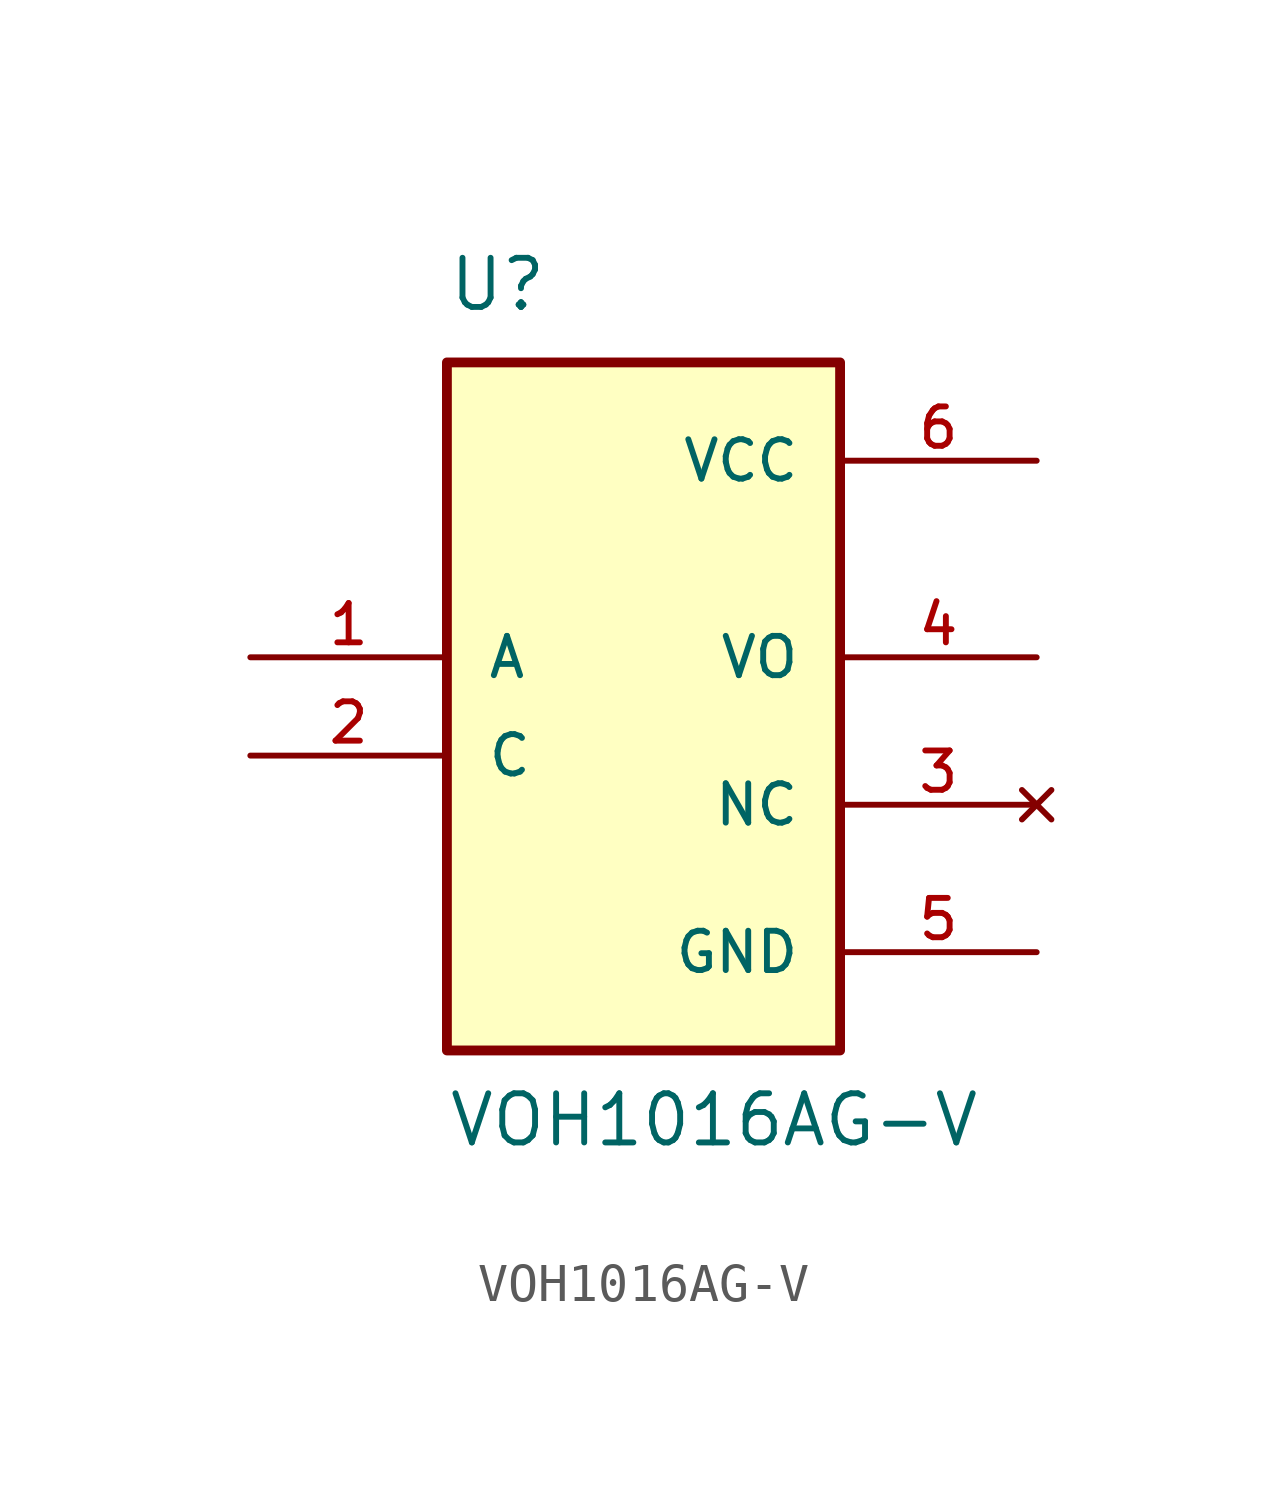
<source format=kicad_sym>
(kicad_symbol_lib
  (version 20211014)
  (generator kicad_symbol_editor)
  (symbol "VOH1016AG-V"
    (pin_names
      (offset 1.016))
    (property "Reference" "U"
      (at -5.08 8.89 0)
      (effects (font (size 1.27 1.27)) (justify left bottom)))
    (property "Value" "VOH1016AG-V"
      (at -5.08 -12.7 0)
      (effects (font (size 1.27 1.27)) (justify left bottom)))
    (property "ki_locked" ""
      (at 0 0 0)
      (effects (font (size 1.27 1.27))))
    (symbol "VOH1016AG-V_0_0"
      (rectangle (start -5.08 -10.16) (end 5.08 7.62) (stroke (width 0.254) (type default) (color 0 0 0 0)) (fill (type background)))
      (pin passive line (at -10.16 0 0) (length 5.08) (name "A" (effects (font (size 1.016 1.016)))) (number "1" (effects (font (size 1.016 1.016)))))
      (pin passive line (at -10.16 -2.54 0) (length 5.08) (name "C" (effects (font (size 1.016 1.016)))) (number "2" (effects (font (size 1.016 1.016)))))
      (pin no_connect line (at 10.16 -3.81 180) (length 5.08) (name "NC" (effects (font (size 1.016 1.016)))) (number "3" (effects (font (size 1.016 1.016)))))
      (pin output line (at 10.16 0 180) (length 5.08) (name "VO" (effects (font (size 1.016 1.016)))) (number "4" (effects (font (size 1.016 1.016)))))
      (pin power_in line (at 10.16 -7.62 180) (length 5.08) (name "GND" (effects (font (size 1.016 1.016)))) (number "5" (effects (font (size 1.016 1.016)))))
      (pin power_in line (at 10.16 5.08 180) (length 5.08) (name "VCC" (effects (font (size 1.016 1.016)))) (number "6" (effects (font (size 1.016 1.016))))))))
</source>
